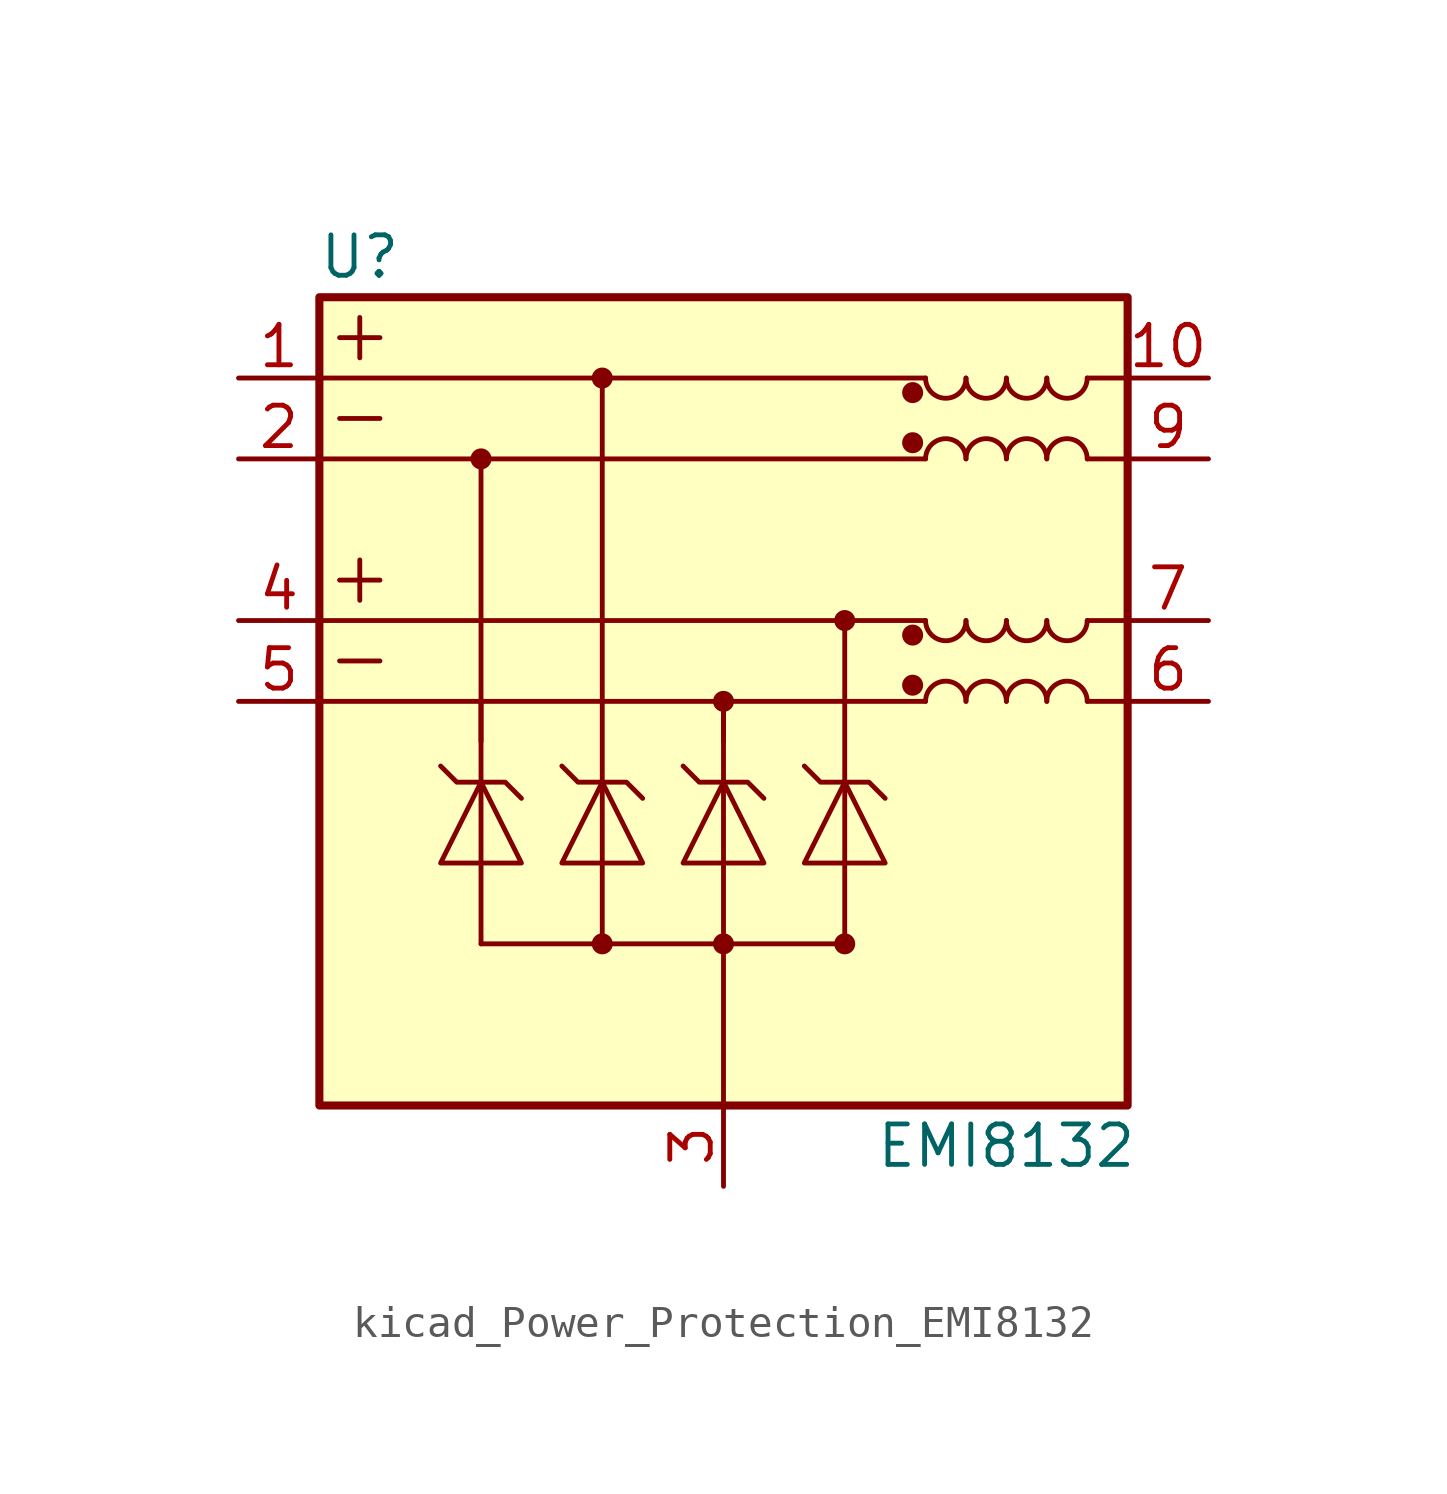
<source format=kicad_sym>
(kicad_symbol_lib
  (version 20220914)
  (generator kicad_symbol_editor)
  (symbol "kicad_Power_Protection_EMI8132"
    (pin_names
      (offset 0.025) hide)
    (property "Reference" "U"
      (at -11.43 13.97 0)
      (effects (font (size 1.27 1.27))))
    (property "Value" "EMI8132"
      (at 8.89 -13.97 0)
      (effects (font (size 1.27 1.27))))
    (symbol "kicad_Power_Protection_EMI8132_0_1"
      (rectangle (start -12.7 12.7) (end 12.7 -12.7) (stroke (width 0.254) (type default)) (fill (type background)))
      (polyline (pts (xy -12.7 0) (xy 6.35 0)) (stroke (width 0) (type default)) (fill (type none)))
      (polyline (pts (xy -12.7 2.54) (xy 6.35 2.54)) (stroke (width 0) (type default)) (fill (type none)))
      (polyline (pts (xy -12.7 7.62) (xy 6.35 7.62)) (stroke (width 0) (type default)) (fill (type none)))
      (polyline (pts (xy -12.7 10.16) (xy 6.35 10.16)) (stroke (width 0) (type default)) (fill (type none)))
      (polyline (pts (xy -12.065 1.27) (xy -10.795 1.27)) (stroke (width 0) (type default)) (fill (type none)))
      (polyline (pts (xy -12.065 3.81) (xy -10.795 3.81)) (stroke (width 0) (type default)) (fill (type none)))
      (polyline (pts (xy -12.065 8.89) (xy -10.795 8.89)) (stroke (width 0) (type default)) (fill (type none)))
      (polyline (pts (xy -12.065 11.43) (xy -10.795 11.43)) (stroke (width 0) (type default)) (fill (type none)))
      (polyline (pts (xy -11.43 4.445) (xy -11.43 3.175)) (stroke (width 0) (type default)) (fill (type none)))
      (polyline (pts (xy -11.43 12.065) (xy -11.43 10.795)) (stroke (width 0) (type default)) (fill (type none)))
      (polyline (pts (xy -7.62 -7.62) (xy -3.81 -7.62)) (stroke (width 0) (type default)) (fill (type none)))
      (polyline (pts (xy -7.62 -1.27) (xy -7.62 7.62)) (stroke (width 0) (type default)) (fill (type none)))
      (polyline (pts (xy -3.81 -7.62) (xy 0 -7.62)) (stroke (width 0) (type default)) (fill (type none)))
      (polyline (pts (xy 0 -7.62) (xy 0 -12.7)) (stroke (width 0) (type default)) (fill (type none)))
      (polyline (pts (xy 0 -7.62) (xy 3.81 -7.62)) (stroke (width 0) (type default)) (fill (type none)))
      (polyline (pts (xy 0 -1.27) (xy 0 0)) (stroke (width 0) (type default)) (fill (type none)))
      (polyline (pts (xy 11.43 0) (xy 12.7 0)) (stroke (width 0) (type default)) (fill (type none)))
      (polyline (pts (xy 11.43 2.54) (xy 12.7 2.54)) (stroke (width 0) (type default)) (fill (type none)))
      (polyline (pts (xy 11.43 7.62) (xy 12.7 7.62)) (stroke (width 0) (type default)) (fill (type none)))
      (polyline (pts (xy 11.43 10.16) (xy 12.7 10.16)) (stroke (width 0) (type default)) (fill (type none)))
      (polyline (pts (xy -3.81 10.16) (xy -3.81 0) (xy -3.81 -2.54)) (stroke (width 0) (type default)) (fill (type none)))
      (polyline (pts (xy 3.81 2.54) (xy 3.81 0) (xy 3.81 -2.54)) (stroke (width 0) (type default)) (fill (type none)))
      (arc (start 6.35 2.54) (mid 6.985 1.9077) (end 7.62 2.54) (stroke (width 0) (type default)) (fill (type none)))
      (arc (start 6.35 10.16) (mid 6.985 9.5277) (end 7.62 10.16) (stroke (width 0) (type default)) (fill (type none)))
      (arc (start 7.62 2.54) (mid 8.255 1.9077) (end 8.89 2.54) (stroke (width 0) (type default)) (fill (type none)))
      (arc (start 7.62 10.16) (mid 8.255 9.5277) (end 8.89 10.16) (stroke (width 0) (type default)) (fill (type none)))
      (arc (start 8.89 2.54) (mid 9.525 1.9077) (end 10.16 2.54) (stroke (width 0) (type default)) (fill (type none)))
      (arc (start 8.89 10.16) (mid 9.525 9.5277) (end 10.16 10.16) (stroke (width 0) (type default)) (fill (type none)))
      (arc (start 10.16 2.54) (mid 10.795 1.9077) (end 11.43 2.54) (stroke (width 0) (type default)) (fill (type none)))
      (arc (start 10.16 10.16) (mid 10.795 9.5277) (end 11.43 10.16) (stroke (width 0) (type default)) (fill (type none))))
    (symbol "kicad_Power_Protection_EMI8132_1_1"
      (circle (center -7.62 7.62) (radius 0.254) (stroke (width 0) (type default)) (fill (type outline)))
      (circle (center -3.81 -7.62) (radius 0.254) (stroke (width 0) (type default)) (fill (type outline)))
      (circle (center -3.81 10.16) (radius 0.254) (stroke (width 0) (type default)) (fill (type outline)))
      (circle (center 0 -7.62) (radius 0.254) (stroke (width 0) (type default)) (fill (type outline)))
      (polyline (pts (xy -7.62 -7.62) (xy -7.62 -2.54)) (stroke (width 0) (type default)) (fill (type none)))
      (polyline (pts (xy -7.62 -2.54) (xy -7.62 0)) (stroke (width 0) (type default)) (fill (type none)))
      (polyline (pts (xy -3.81 -7.62) (xy -3.81 -2.54)) (stroke (width 0) (type default)) (fill (type none)))
      (polyline (pts (xy 0 -7.62) (xy 0 -2.54)) (stroke (width 0) (type default)) (fill (type none)))
      (polyline (pts (xy 0 -2.54) (xy 0 0)) (stroke (width 0) (type default)) (fill (type none)))
      (polyline (pts (xy 3.81 -7.62) (xy 3.81 -2.54)) (stroke (width 0) (type default)) (fill (type none)))
      (polyline (pts (xy -8.89 -5.08) (xy -6.35 -5.08) (xy -7.62 -2.54) (xy -8.89 -5.08)) (stroke (width 0) (type default)) (fill (type none)))
      (polyline (pts (xy -6.35 -3.048) (xy -6.858 -2.54) (xy -8.382 -2.54) (xy -8.89 -2.032)) (stroke (width 0) (type default)) (fill (type none)))
      (polyline (pts (xy -5.08 -5.08) (xy -2.54 -5.08) (xy -3.81 -2.54) (xy -5.08 -5.08)) (stroke (width 0) (type default)) (fill (type none)))
      (polyline (pts (xy -2.54 -3.048) (xy -3.048 -2.54) (xy -4.572 -2.54) (xy -5.08 -2.032)) (stroke (width 0) (type default)) (fill (type none)))
      (polyline (pts (xy -1.27 -5.08) (xy 1.27 -5.08) (xy 0 -2.54) (xy -1.27 -5.08)) (stroke (width 0) (type default)) (fill (type none)))
      (polyline (pts (xy 1.27 -3.048) (xy 0.762 -2.54) (xy -0.762 -2.54) (xy -1.27 -2.032)) (stroke (width 0) (type default)) (fill (type none)))
      (polyline (pts (xy 2.54 -5.08) (xy 5.08 -5.08) (xy 3.81 -2.54) (xy 2.54 -5.08)) (stroke (width 0) (type default)) (fill (type none)))
      (polyline (pts (xy 5.08 -3.048) (xy 4.572 -2.54) (xy 3.048 -2.54) (xy 2.54 -2.032)) (stroke (width 0) (type default)) (fill (type none)))
      (circle (center 0 0) (radius 0.254) (stroke (width 0) (type default)) (fill (type outline)))
      (circle (center 3.81 -7.62) (radius 0.254) (stroke (width 0) (type default)) (fill (type outline)))
      (circle (center 3.81 2.54) (radius 0.254) (stroke (width 0) (type default)) (fill (type outline)))
      (circle (center 5.944 0.508) (radius 0.254) (stroke (width 0) (type default)) (fill (type outline)))
      (circle (center 5.944 2.083) (radius 0.254) (stroke (width 0) (type default)) (fill (type outline)))
      (circle (center 5.944 8.128) (radius 0.254) (stroke (width 0) (type default)) (fill (type outline)))
      (circle (center 5.944 9.703) (radius 0.254) (stroke (width 0) (type default)) (fill (type outline)))
      (arc (start 7.62 0) (mid 6.985 0.6323) (end 6.35 0) (stroke (width 0) (type default)) (fill (type none)))
      (arc (start 7.62 7.62) (mid 6.985 8.2523) (end 6.35 7.62) (stroke (width 0) (type default)) (fill (type none)))
      (arc (start 8.89 0) (mid 8.255 0.6323) (end 7.62 0) (stroke (width 0) (type default)) (fill (type none)))
      (arc (start 8.89 7.62) (mid 8.255 8.2523) (end 7.62 7.62) (stroke (width 0) (type default)) (fill (type none)))
      (arc (start 10.16 0) (mid 9.525 0.6323) (end 8.89 0) (stroke (width 0) (type default)) (fill (type none)))
      (arc (start 10.16 7.62) (mid 9.525 8.2523) (end 8.89 7.62) (stroke (width 0) (type default)) (fill (type none)))
      (arc (start 11.43 0) (mid 10.795 0.6323) (end 10.16 0) (stroke (width 0) (type default)) (fill (type none)))
      (arc (start 11.43 7.62) (mid 10.795 8.2523) (end 10.16 7.62) (stroke (width 0) (type default)) (fill (type none)))
      (pin passive line (at -15.24 10.16 0) (length 2.54) (name "In_1+" (effects (font (size 1.27 1.27)))) (number "1" (effects (font (size 1.27 1.27)))))
      (pin passive line (at 15.24 10.16 180) (length 2.54) (name "Out_1+" (effects (font (size 1.27 1.27)))) (number "10" (effects (font (size 1.27 1.27)))))
      (pin passive line (at -15.24 7.62 0) (length 2.54) (name "In_1-" (effects (font (size 1.27 1.27)))) (number "2" (effects (font (size 1.27 1.27)))))
      (pin power_in line (at 0 -15.24 90) (length 2.54) (name "GND" (effects (font (size 1.27 1.27)))) (number "3" (effects (font (size 1.27 1.27)))))
      (pin passive line (at -15.24 2.54 0) (length 2.54) (name "In_1+" (effects (font (size 1.27 1.27)))) (number "4" (effects (font (size 1.27 1.27)))))
      (pin passive line (at -15.24 0 0) (length 2.54) (name "In_1-" (effects (font (size 1.27 1.27)))) (number "5" (effects (font (size 1.27 1.27)))))
      (pin passive line (at 15.24 0 180) (length 2.54) (name "Out_1+" (effects (font (size 1.27 1.27)))) (number "6" (effects (font (size 1.27 1.27)))))
      (pin passive line (at 15.24 2.54 180) (length 2.54) (name "Out_1+" (effects (font (size 1.27 1.27)))) (number "7" (effects (font (size 1.27 1.27)))))
      (pin passive line (at 0 -15.24 90) (length 2.54) hide (name "GND" (effects (font (size 1.27 1.27)))) (number "8" (effects (font (size 1.27 1.27)))))
      (pin passive line (at 15.24 7.62 180) (length 2.54) (name "Out_1+" (effects (font (size 1.27 1.27)))) (number "9" (effects (font (size 1.27 1.27))))))))
</source>
